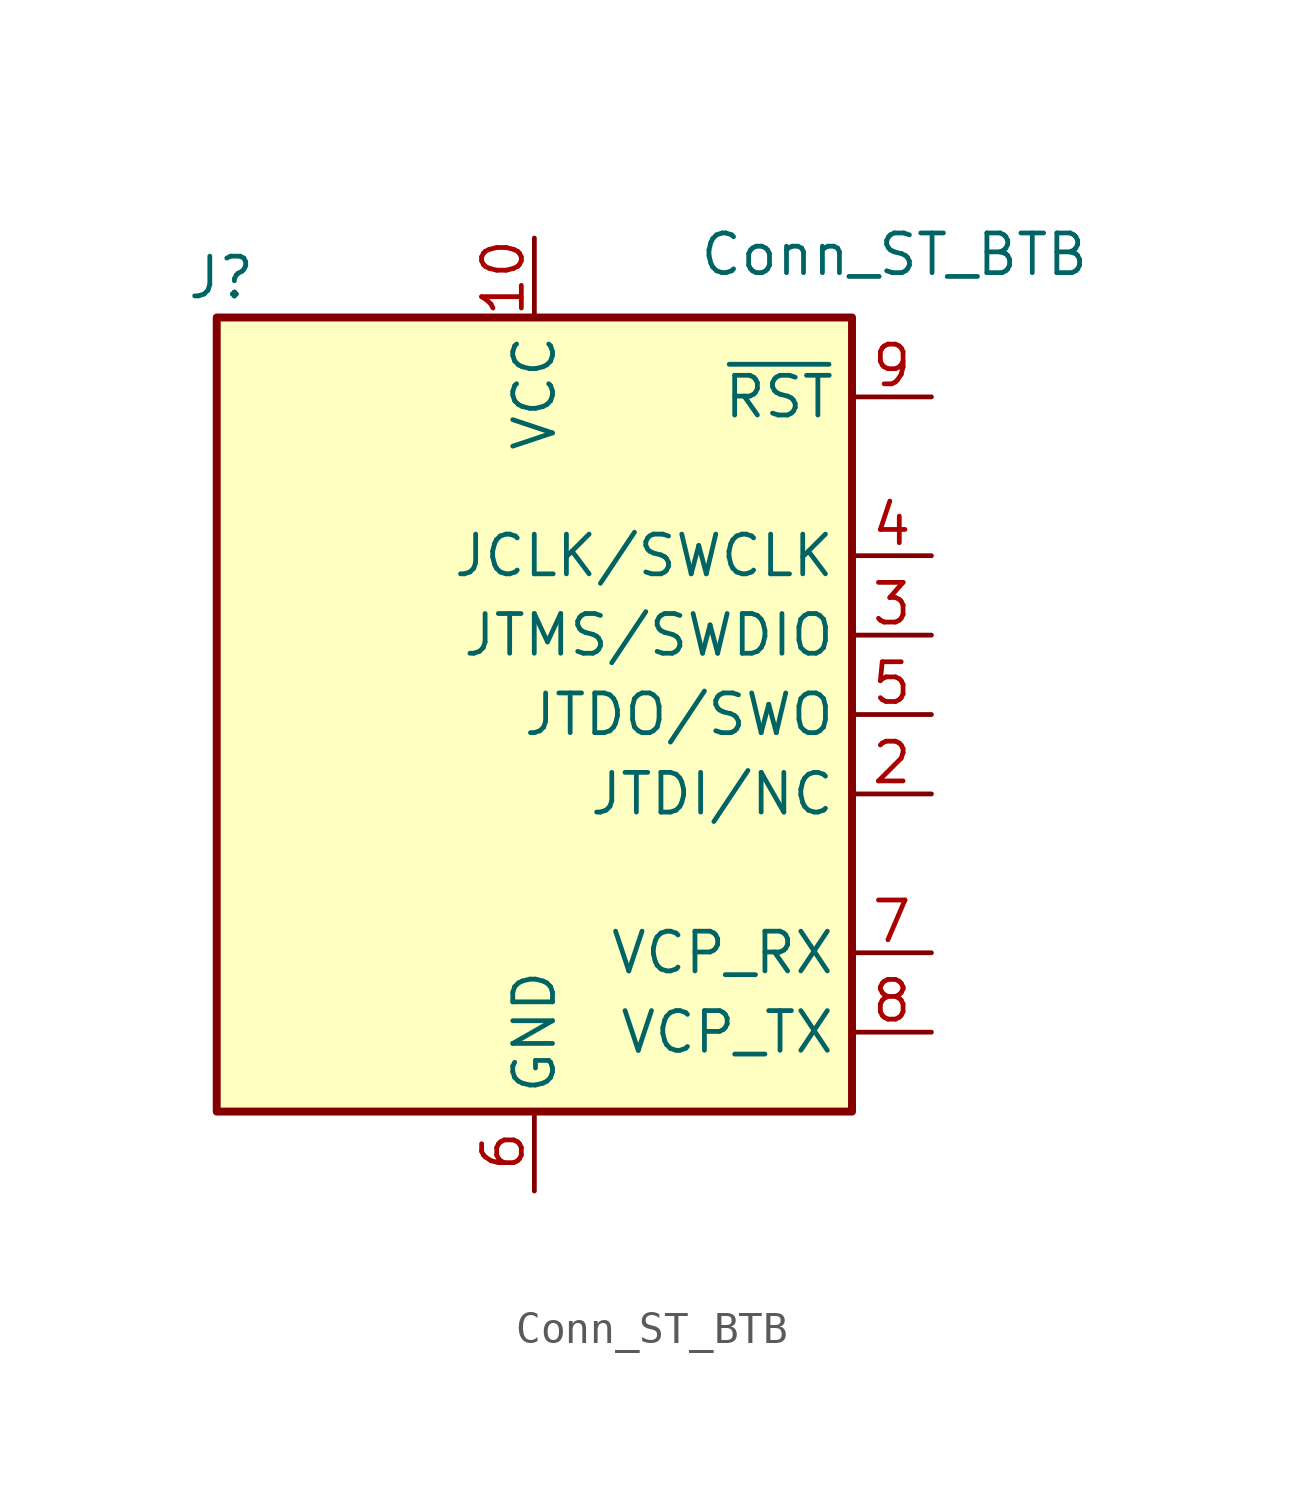
<source format=kicad_sym>
(kicad_symbol_lib
  (version 20220914)
  (generator kicad_symbol_editor)
  (symbol "Conn_ST_BTB"
    (property "Reference" "J"
      (at -8.89 16.51 0)
      (effects (font (size 1.27 1.27)) (justify right)))
    (property "Value" "Conn_ST_BTB"
      (at 17.78 16.51 0)
      (effects (font (size 1.27 1.27)) (justify right bottom)))
    (symbol "Conn_ST_BTB_0_1"
      (rectangle (start -10.16 15.24) (end 10.16 -10.16) (stroke (width 0.254) (type default)) (fill (type background))))
    (symbol "Conn_ST_BTB_1_1"
      (pin no_connect line (at -10.16 5.08 0) (length 2.54) hide (name "NC" (effects (font (size 1.27 1.27)))) (number "1" (effects (font (size 1.27 1.27)))))
      (pin power_in line (at 0 17.78 270) (length 2.54) (name "VCC" (effects (font (size 1.27 1.27)))) (number "10" (effects (font (size 1.27 1.27)))))
      (pin output line (at 12.7 0 180) (length 2.54) (name "JTDI/NC" (effects (font (size 1.27 1.27)))) (number "2" (effects (font (size 1.27 1.27)))))
      (pin no_connect line (at -10.16 2.54 0) (length 2.54) hide (name "NC" (effects (font (size 1.27 1.27)))) (number "2" (effects (font (size 1.27 1.27)))))
      (pin bidirectional line (at 12.7 5.08 180) (length 2.54) (name "JTMS/SWDIO" (effects (font (size 1.27 1.27)))) (number "3" (effects (font (size 1.27 1.27)))))
      (pin output line (at 12.7 7.62 180) (length 2.54) (name "JCLK/SWCLK" (effects (font (size 1.27 1.27)))) (number "4" (effects (font (size 1.27 1.27)))))
      (pin input line (at 12.7 2.54 180) (length 2.54) (name "JTDO/SWO" (effects (font (size 1.27 1.27)))) (number "5" (effects (font (size 1.27 1.27)))))
      (pin power_in line (at 0 -12.7 90) (length 2.54) (name "GND" (effects (font (size 1.27 1.27)))) (number "6" (effects (font (size 1.27 1.27)))))
      (pin output line (at 12.7 -5.08 180) (length 2.54) (name "VCP_RX" (effects (font (size 1.27 1.27)))) (number "7" (effects (font (size 1.27 1.27)))))
      (pin input line (at 12.7 -7.62 180) (length 2.54) (name "VCP_TX" (effects (font (size 1.27 1.27)))) (number "8" (effects (font (size 1.27 1.27)))))
      (pin open_collector line (at 12.7 12.7 180) (length 2.54) (name "~{RST}" (effects (font (size 1.27 1.27)))) (number "9" (effects (font (size 1.27 1.27))))))))
</source>
